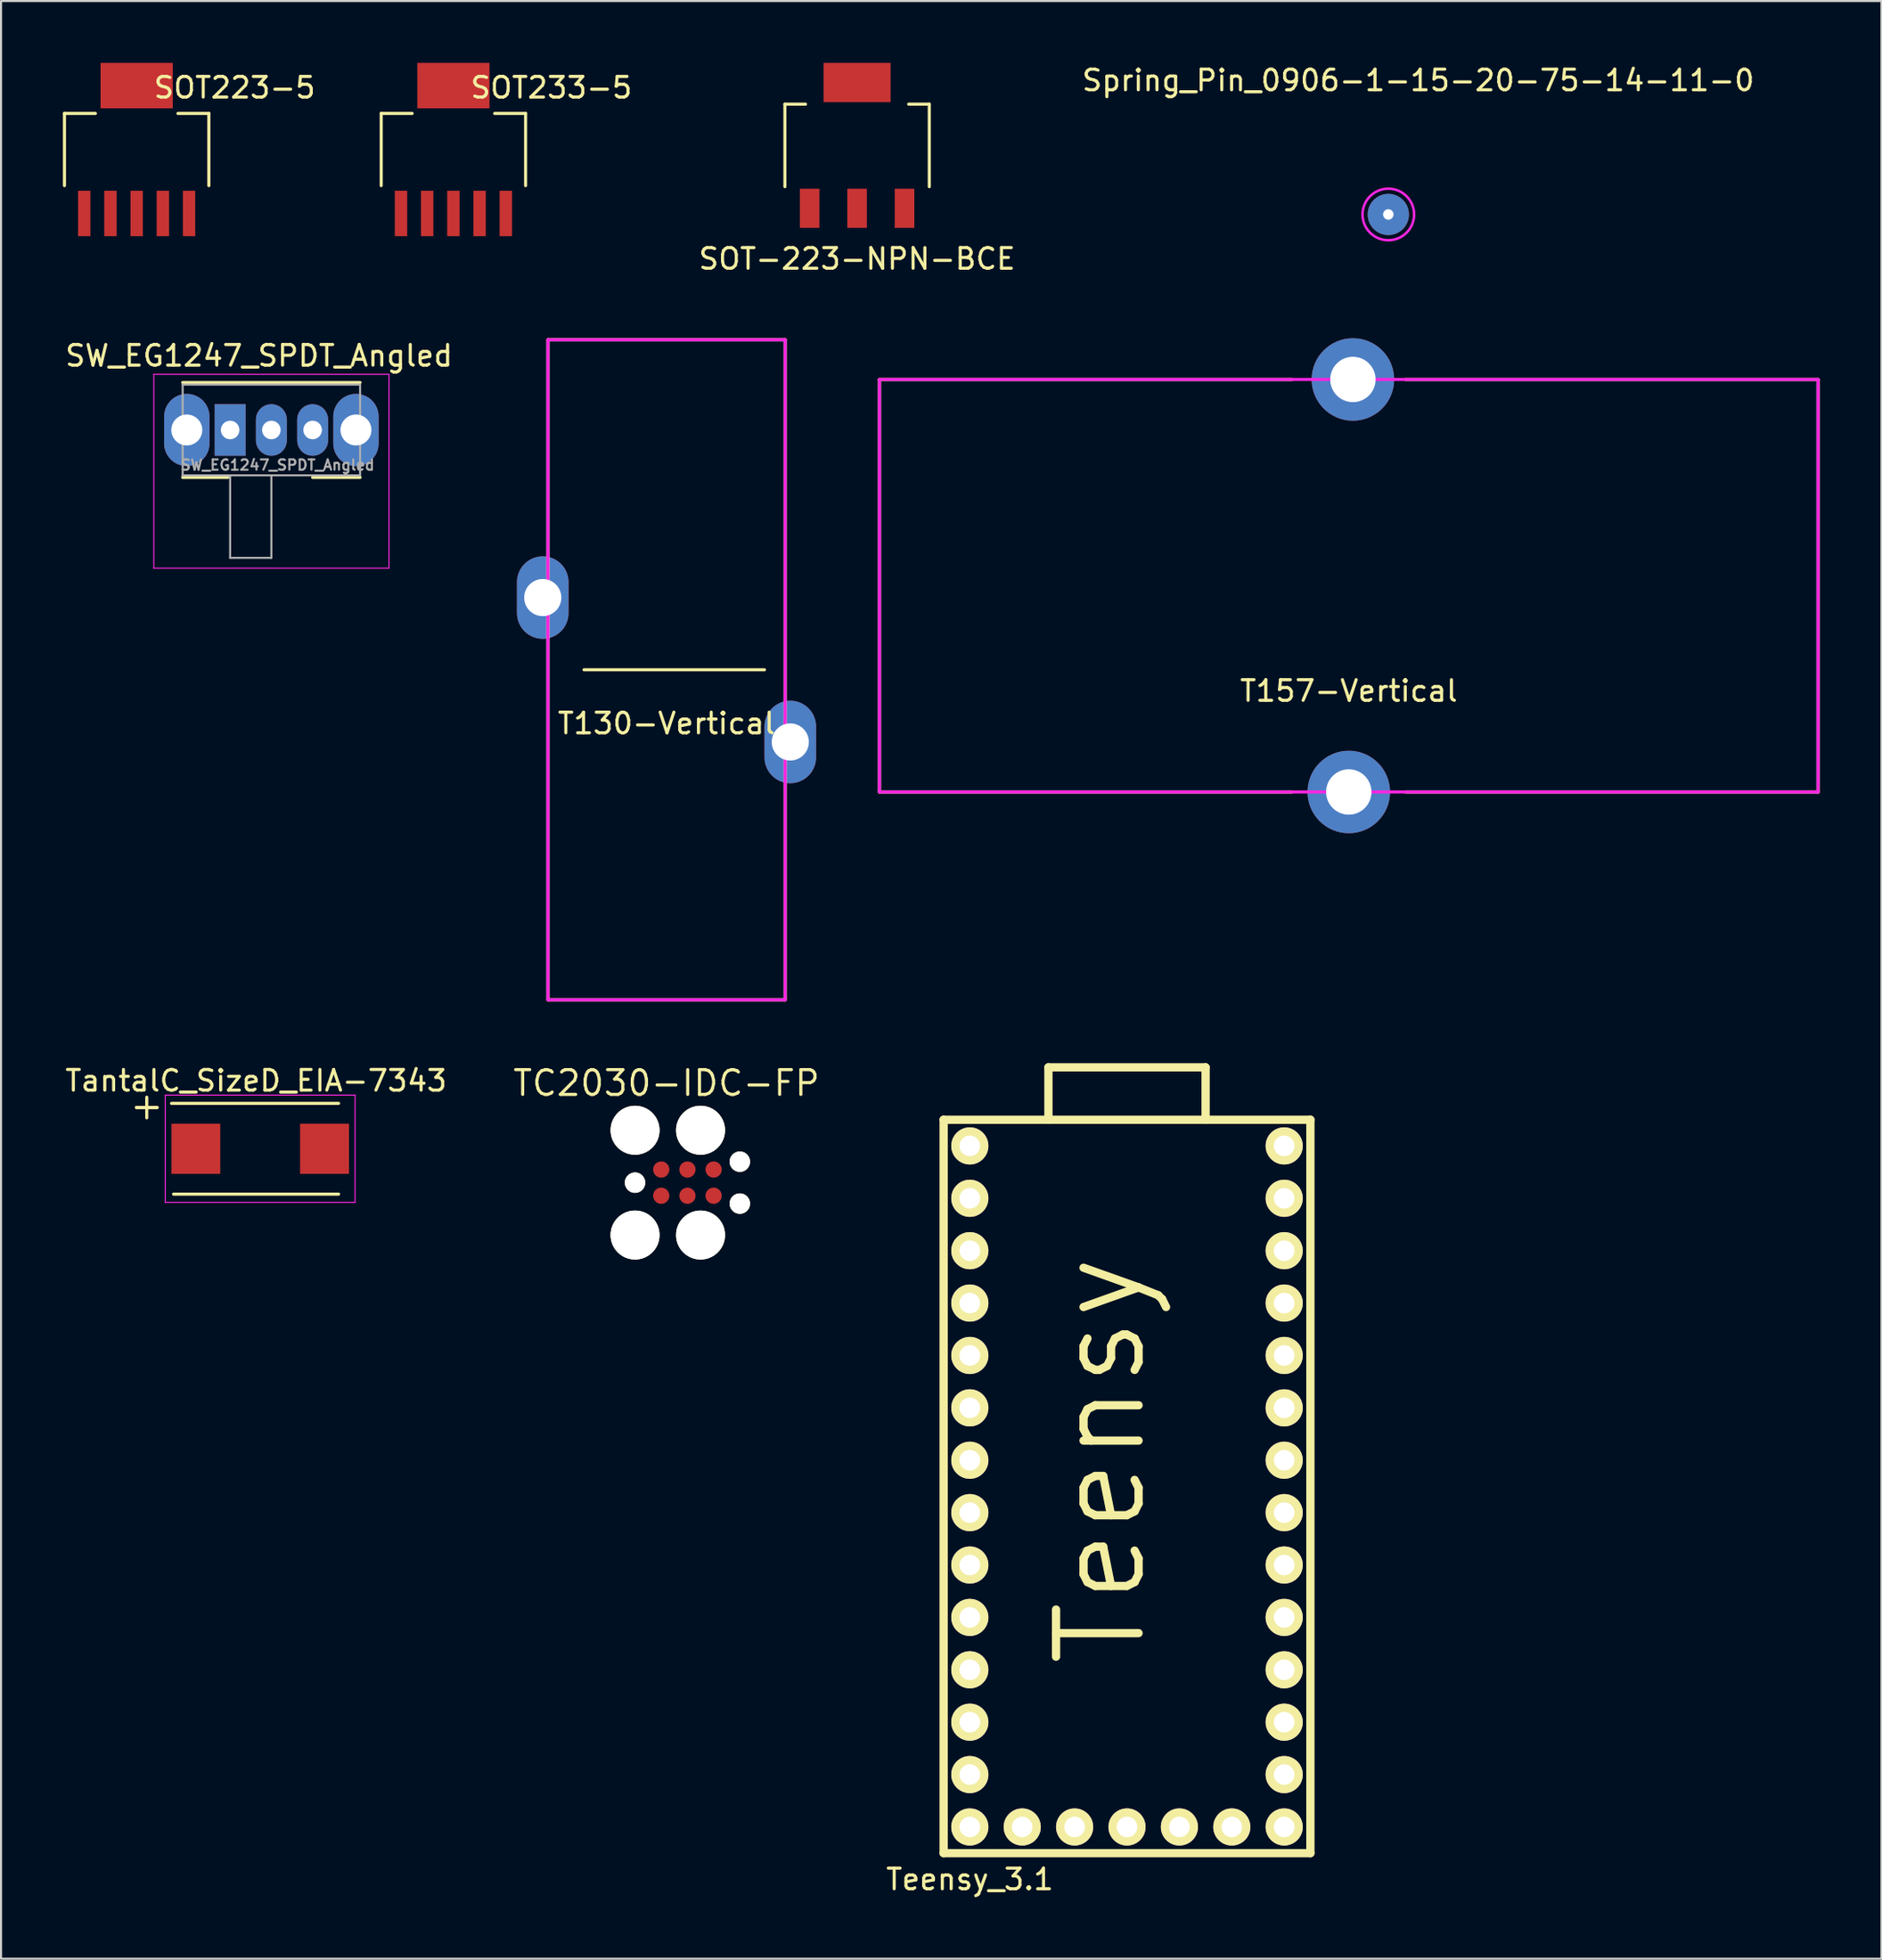
<source format=kicad_pcb>
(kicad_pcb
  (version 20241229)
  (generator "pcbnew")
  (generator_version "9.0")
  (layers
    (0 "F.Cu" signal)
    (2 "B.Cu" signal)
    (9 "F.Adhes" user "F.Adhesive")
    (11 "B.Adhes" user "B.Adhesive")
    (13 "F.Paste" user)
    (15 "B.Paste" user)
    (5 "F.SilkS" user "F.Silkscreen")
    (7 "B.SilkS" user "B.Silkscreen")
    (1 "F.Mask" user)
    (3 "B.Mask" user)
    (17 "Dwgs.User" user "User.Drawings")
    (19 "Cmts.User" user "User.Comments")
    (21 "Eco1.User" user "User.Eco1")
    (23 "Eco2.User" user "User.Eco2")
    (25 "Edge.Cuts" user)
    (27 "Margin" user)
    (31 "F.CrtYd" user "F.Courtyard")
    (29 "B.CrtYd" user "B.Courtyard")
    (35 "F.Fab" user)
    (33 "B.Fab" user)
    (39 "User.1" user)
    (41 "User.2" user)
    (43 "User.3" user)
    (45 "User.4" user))
  (footprint "SOT233-5"
    (layer "F.Cu")
    (at 18.93 4.2)
    (property "Reference" "SOT233-5" (at 4.75 -3 0) (layer "F.SilkS") (effects (font (size 1 1) (thickness 0.15))))
    (attr through_hole)
    (fp_line (start -3.5 -1.75) (end -3.5 1.75) (stroke (width 0.15) (type solid)) (layer "F.SilkS"))
    (fp_line (start -3.5 -1.75) (end -2 -1.75) (stroke (width 0.15) (type solid)) (layer "F.SilkS"))
    (fp_line (start 2 -1.75) (end 3.5 -1.75) (stroke (width 0.15) (type solid)) (layer "F.SilkS"))
    (fp_line (start 3.5 -1.75) (end 3.5 1.75) (stroke (width 0.15) (type solid)) (layer "F.SilkS"))
    (pad "1" smd rect (at -2.54 3.1 180) (size 0.6 2.2) (layers "F.Cu" "F.Mask" "F.Paste"))
    (pad "2" smd rect (at -1.27 3.1 180) (size 0.6 2.2) (layers "F.Cu" "F.Mask" "F.Paste"))
    (pad "3" smd rect (at 0 3.1 180) (size 0.6 2.2) (layers "F.Cu" "F.Mask" "F.Paste"))
    (pad "4" smd rect (at 1.27 3.1 180) (size 0.6 2.2) (layers "F.Cu" "F.Mask" "F.Paste"))
    (pad "5" smd rect (at 2.54 3.1 180) (size 0.6 2.2) (layers "F.Cu" "F.Mask" "F.Paste"))
    (pad "6" smd rect (at 0 -3.1 180) (size 3.5 2.2) (layers "F.Cu" "F.Mask" "F.Paste")))
  (footprint "SW_EG1247_SPDT_Angled"
    (layer "F.Cu")
    (at 8.106 17.797)
    (property "Reference" "SW_EG1247_SPDT_Angled" (at 1.4 -3.6 0) (layer "F.SilkS") (effects (font (size 1 1) (thickness 0.15))))
    (attr through_hole)
    (fp_line (start -2.3 -2.3) (end 6.3 -2.3) (stroke (width 0.15) (type solid)) (layer "F.SilkS"))
    (fp_line (start -2.3 2.3) (end -0.1 2.3) (stroke (width 0.15) (type solid)) (layer "F.SilkS"))
    (fp_line (start 4 2.3) (end 6.3 2.3) (stroke (width 0.15) (type solid)) (layer "F.SilkS"))
    (fp_line (start -3.7 -2.7) (end 7.7 -2.7) (stroke (width 0.05) (type solid)) (layer "F.CrtYd"))
    (fp_line (start -3.7 6.7) (end -3.7 -2.7) (stroke (width 0.05) (type solid)) (layer "F.CrtYd"))
    (fp_line (start 7.7 -2.7) (end 7.7 6.7) (stroke (width 0.05) (type solid)) (layer "F.CrtYd"))
    (fp_line (start 7.7 6.7) (end -3.7 6.7) (stroke (width 0.05) (type solid)) (layer "F.CrtYd"))
    (fp_line (start -2.3 -2.2) (end -2.3 2.2) (stroke (width 0.1) (type solid)) (layer "F.Fab"))
    (fp_line (start -2.3 -2.2) (end 6.3 -2.2) (stroke (width 0.1) (type solid)) (layer "F.Fab"))
    (fp_line (start -2.3 2.2) (end 6.3 2.2) (stroke (width 0.1) (type solid)) (layer "F.Fab"))
    (fp_line (start 0 6.2) (end 0 2.2) (stroke (width 0.1) (type solid)) (layer "F.Fab"))
    (fp_line (start 2 2.2) (end 2 6.2) (stroke (width 0.1) (type solid)) (layer "F.Fab"))
    (fp_line (start 2 6.2) (end 0 6.2) (stroke (width 0.1) (type solid)) (layer "F.Fab"))
    (fp_line (start 6.3 2.2) (end 6.3 -2.2) (stroke (width 0.1) (type solid)) (layer "F.Fab"))
    (fp_text user "${REFERENCE}" (at 2.3 1.7 0) (layer "F.Fab") (effects (font (size 0.5 0.5) (thickness 0.1))))
    (pad "1" thru_hole rect (at 0 0) (size 1.5 2.5) (drill 0.9) (layers "*.Cu" "*.Mask"))
    (pad "2" thru_hole oval (at 2 0) (size 1.5 2.5) (drill 0.9) (layers "*.Cu" "*.Mask"))
    (pad "3" thru_hole oval (at 4 0) (size 1.5 2.5) (drill 0.9) (layers "*.Cu" "*.Mask"))
    (pad "MP" thru_hole oval (at -2.1 0) (size 2.2 3.5) (drill 1.5) (layers "*.Cu" "*.Mask"))
    (pad "MP" thru_hole oval (at 6.1 0) (size 2.2 3.5) (drill 1.5) (layers "*.Cu" "*.Mask")))
  (footprint "Teensy_3.1"
    (layer "F.Cu")
    (at 51.586 69.018)
    (property "Reference" "Teensy_3.1" (at -7.62 19.05 0) (layer "F.SilkS") (effects (font (size 1 1) (thickness 0.15))))
    (attr through_hole)
    (fp_line (start -8.89 -17.78) (end -8.89 17.78) (stroke (width 0.4) (type solid)) (layer "F.SilkS"))
    (fp_line (start -8.89 17.78) (end 8.89 17.78) (stroke (width 0.4) (type solid)) (layer "F.SilkS"))
    (fp_line (start -3.81 -20.32) (end -3.81 -17.78) (stroke (width 0.4) (type solid)) (layer "F.SilkS"))
    (fp_line (start -3.81 -17.78) (end -8.89 -17.78) (stroke (width 0.4) (type solid)) (layer "F.SilkS"))
    (fp_line (start -3.81 -17.78) (end 3.81 -17.78) (stroke (width 0.4) (type solid)) (layer "F.SilkS"))
    (fp_line (start 3.81 -20.32) (end -3.81 -20.32) (stroke (width 0.4) (type solid)) (layer "F.SilkS"))
    (fp_line (start 3.81 -17.78) (end 3.81 -20.32) (stroke (width 0.4) (type solid)) (layer "F.SilkS"))
    (fp_line (start 8.89 -17.78) (end 3.81 -17.78) (stroke (width 0.4) (type solid)) (layer "F.SilkS"))
    (fp_line (start 8.89 17.78) (end 8.89 -17.78) (stroke (width 0.4) (type solid)) (layer "F.SilkS"))
    (fp_text user "Teensy" (at -1.27 -1.27 90) (layer "F.SilkS") (effects (font (size 4 4) (thickness 0.4))))
    (pad "1" thru_hole circle (at -7.62 -16.51) (size 1.8 1.8) (drill 1) (layers "*.Cu" "*.Mask" "F.SilkS"))
    (pad "2" thru_hole circle (at -7.62 -13.97) (size 1.8 1.8) (drill 1) (layers "*.Cu" "*.Mask" "F.SilkS"))
    (pad "3" thru_hole circle (at -7.62 -11.43) (size 1.8 1.8) (drill 1) (layers "*.Cu" "*.Mask" "F.SilkS"))
    (pad "4" thru_hole circle (at -7.62 -8.89) (size 1.8 1.8) (drill 1) (layers "*.Cu" "*.Mask" "F.SilkS"))
    (pad "5" thru_hole circle (at -7.62 -6.35) (size 1.8 1.8) (drill 1) (layers "*.Cu" "*.Mask" "F.SilkS"))
    (pad "6" thru_hole circle (at -7.62 -3.81) (size 1.8 1.8) (drill 1) (layers "*.Cu" "*.Mask" "F.SilkS"))
    (pad "7" thru_hole circle (at -7.62 -1.27) (size 1.8 1.8) (drill 1) (layers "*.Cu" "*.Mask" "F.SilkS"))
    (pad "8" thru_hole circle (at -7.62 1.27) (size 1.8 1.8) (drill 1) (layers "*.Cu" "*.Mask" "F.SilkS"))
    (pad "9" thru_hole circle (at -7.62 3.81) (size 1.8 1.8) (drill 1) (layers "*.Cu" "*.Mask" "F.SilkS"))
    (pad "10" thru_hole circle (at -7.62 6.35) (size 1.8 1.8) (drill 1) (layers "*.Cu" "*.Mask" "F.SilkS"))
    (pad "11" thru_hole circle (at -7.62 8.89) (size 1.8 1.8) (drill 1) (layers "*.Cu" "*.Mask" "F.SilkS"))
    (pad "12" thru_hole circle (at -7.62 11.43) (size 1.8 1.8) (drill 1) (layers "*.Cu" "*.Mask" "F.SilkS"))
    (pad "13" thru_hole circle (at -7.62 13.97) (size 1.8 1.8) (drill 1) (layers "*.Cu" "*.Mask" "F.SilkS"))
    (pad "14" thru_hole circle (at -7.62 16.51) (size 1.8 1.8) (drill 1) (layers "*.Cu" "*.Mask" "F.SilkS"))
    (pad "15" thru_hole circle (at -5.08 16.51) (size 1.8 1.8) (drill 1) (layers "*.Cu" "*.Mask" "F.SilkS"))
    (pad "16" thru_hole circle (at -2.54 16.51) (size 1.8 1.8) (drill 1) (layers "*.Cu" "*.Mask" "F.SilkS"))
    (pad "17" thru_hole circle (at 0 16.51) (size 1.8 1.8) (drill 1) (layers "*.Cu" "*.Mask" "F.SilkS"))
    (pad "18" thru_hole circle (at 2.54 16.51) (size 1.8 1.8) (drill 1) (layers "*.Cu" "*.Mask" "F.SilkS"))
    (pad "19" thru_hole circle (at 5.08 16.51) (size 1.8 1.8) (drill 1) (layers "*.Cu" "*.Mask" "F.SilkS"))
    (pad "20" thru_hole circle (at 7.62 16.51) (size 1.8 1.8) (drill 1) (layers "*.Cu" "*.Mask" "F.SilkS"))
    (pad "21" thru_hole circle (at 7.62 13.97) (size 1.8 1.8) (drill 1) (layers "*.Cu" "*.Mask" "F.SilkS"))
    (pad "22" thru_hole circle (at 7.62 11.43) (size 1.8 1.8) (drill 1) (layers "*.Cu" "*.Mask" "F.SilkS"))
    (pad "23" thru_hole circle (at 7.62 8.89) (size 1.8 1.8) (drill 1) (layers "*.Cu" "*.Mask" "F.SilkS"))
    (pad "24" thru_hole circle (at 7.62 6.35) (size 1.8 1.8) (drill 1) (layers "*.Cu" "*.Mask" "F.SilkS"))
    (pad "25" thru_hole circle (at 7.62 3.81) (size 1.8 1.8) (drill 1) (layers "*.Cu" "*.Mask" "F.SilkS"))
    (pad "26" thru_hole circle (at 7.62 1.27) (size 1.8 1.8) (drill 1) (layers "*.Cu" "*.Mask" "F.SilkS"))
    (pad "27" thru_hole circle (at 7.62 -1.27) (size 1.8 1.8) (drill 1) (layers "*.Cu" "*.Mask" "F.SilkS"))
    (pad "28" thru_hole circle (at 7.62 -3.81) (size 1.8 1.8) (drill 1) (layers "*.Cu" "*.Mask" "F.SilkS"))
    (pad "29" thru_hole circle (at 7.62 -6.35) (size 1.8 1.8) (drill 1) (layers "*.Cu" "*.Mask" "F.SilkS"))
    (pad "30" thru_hole circle (at 7.62 -8.89) (size 1.8 1.8) (drill 1) (layers "*.Cu" "*.Mask" "F.SilkS"))
    (pad "31" thru_hole circle (at 7.62 -11.43) (size 1.8 1.8) (drill 1) (layers "*.Cu" "*.Mask" "F.SilkS"))
    (pad "32" thru_hole circle (at 7.62 -13.97) (size 1.8 1.8) (drill 1) (layers "*.Cu" "*.Mask" "F.SilkS"))
    (pad "33" thru_hole circle (at 7.62 -16.51) (size 1.8 1.8) (drill 1) (layers "*.Cu" "*.Mask" "F.SilkS")))
  (footprint "TC2030-IDC-FP"
    (layer "F.Cu")
    (at 30.276 54.289)
    (property "Reference" "TC2030-IDC-FP" (at -1.016 -4.826 0) (layer "F.SilkS") (effects (font (size 1.2 1.2) (thickness 0.15))))
    (attr through_hole)
    (pad "" np_thru_hole circle (at -2.54 -2.54 180) (size 2.375 2.375) (drill 2.375) (layers "*.Cu" "*.Mask" "F.SilkS"))
    (pad "" np_thru_hole circle (at -2.54 0 180) (size 0.991 0.991) (drill 0.991) (layers "*.Cu" "*.Mask" "F.SilkS"))
    (pad "" np_thru_hole circle (at -2.54 2.54 180) (size 2.375 2.375) (drill 2.375) (layers "*.Cu" "*.Mask" "F.SilkS"))
    (pad "" np_thru_hole circle (at 0.635 -2.54 180) (size 2.375 2.375) (drill 2.375) (layers "*.Cu" "*.Mask" "F.SilkS"))
    (pad "" np_thru_hole circle (at 0.635 2.54 180) (size 2.375 2.375) (drill 2.375) (layers "*.Cu" "*.Mask" "F.SilkS"))
    (pad "" np_thru_hole circle (at 2.54 -1.016) (size 0.991 0.991) (drill 0.991) (layers "*.Cu" "*.Mask" "F.SilkS"))
    (pad "" np_thru_hole circle (at 2.54 1.016 180) (size 0.991 0.991) (drill 0.991) (layers "*.Cu" "*.Mask" "F.SilkS"))
    (pad "1" smd oval (at -1.27 0.635 270) (size 0.787 0.787) (layers "F.Cu" "F.Mask" "F.Paste"))
    (pad "2" smd oval (at -1.27 -0.635 90) (size 0.787 0.787) (layers "F.Cu" "F.Mask" "F.Paste"))
    (pad "3" smd oval (at 0 0.635 270) (size 0.787 0.787) (layers "F.Cu" "F.Mask" "F.Paste"))
    (pad "4" smd oval (at 0 -0.635 90) (size 0.787 0.787) (layers "F.Cu" "F.Mask" "F.Paste"))
    (pad "5" smd oval (at 1.27 0.635 270) (size 0.787 0.787) (layers "F.Cu" "F.Mask" "F.Paste"))
    (pad "6" smd oval (at 1.27 -0.635 90) (size 0.787 0.787) (layers "F.Cu" "F.Mask" "F.Paste")))
  (footprint "T157-Vertical"
    (layer "F.Cu")
    (at 62.337 25.348)
    (property "Reference" "T157-Vertical" (at 0 5.1 0) (layer "F.SilkS") (effects (font (size 1 1) (thickness 0.15))))
    (attr through_hole)
    (fp_line (start -22.75 -10) (end -22.75 10) (stroke (width 0.15) (type solid)) (layer "F.SilkS"))
    (fp_line (start -22.75 10) (end -2.75 10) (stroke (width 0.15) (type solid)) (layer "F.SilkS"))
    (fp_line (start -2.75 -10) (end -22.75 -10) (stroke (width 0.15) (type solid)) (layer "F.SilkS"))
    (fp_line (start 2.75 10) (end 22.75 10) (stroke (width 0.15) (type solid)) (layer "F.SilkS"))
    (fp_line (start 22.75 -10) (end 2.75 -10) (stroke (width 0.15) (type solid)) (layer "F.SilkS"))
    (fp_line (start 22.75 10) (end 22.75 -10) (stroke (width 0.15) (type solid)) (layer "F.SilkS"))
    (fp_line (start -22.75 -10) (end 22.75 -10) (stroke (width 0.15) (type solid)) (layer "F.CrtYd"))
    (fp_line (start -22.75 10) (end -22.75 -10) (stroke (width 0.15) (type solid)) (layer "F.CrtYd"))
    (fp_line (start 22.75 -10) (end 22.75 10) (stroke (width 0.15) (type solid)) (layer "F.CrtYd"))
    (fp_line (start 22.75 10) (end -22.75 10) (stroke (width 0.15) (type solid)) (layer "F.CrtYd"))
    (pad "1" thru_hole circle (at 0.2 -10) (size 4 4) (drill 2.2) (layers "*.Cu" "*.Mask"))
    (pad "2" thru_hole circle (at 0 10) (size 4 4) (drill 2.2) (layers "*.Cu" "*.Mask")))
  (footprint "SOT223-5"
    (layer "F.Cu")
    (at 3.575 4.2)
    (property "Reference" "SOT223-5" (at 4.75 -3 0) (layer "F.SilkS") (effects (font (size 1 1) (thickness 0.15))))
    (attr through_hole)
    (fp_line (start -3.5 -1.75) (end -3.5 1.75) (stroke (width 0.15) (type solid)) (layer "F.SilkS"))
    (fp_line (start -3.5 -1.75) (end -2 -1.75) (stroke (width 0.15) (type solid)) (layer "F.SilkS"))
    (fp_line (start 2 -1.75) (end 3.5 -1.75) (stroke (width 0.15) (type solid)) (layer "F.SilkS"))
    (fp_line (start 3.5 -1.75) (end 3.5 1.75) (stroke (width 0.15) (type solid)) (layer "F.SilkS"))
    (pad "1" smd rect (at -2.54 3.1 180) (size 0.6 2.2) (layers "F.Cu" "F.Mask" "F.Paste"))
    (pad "2" smd rect (at -1.27 3.1 180) (size 0.6 2.2) (layers "F.Cu" "F.Mask" "F.Paste"))
    (pad "3" smd rect (at 0 3.1 180) (size 0.6 2.2) (layers "F.Cu" "F.Mask" "F.Paste"))
    (pad "4" smd rect (at 1.27 3.1 180) (size 0.6 2.2) (layers "F.Cu" "F.Mask" "F.Paste"))
    (pad "5" smd rect (at 2.54 3.1 180) (size 0.6 2.2) (layers "F.Cu" "F.Mask" "F.Paste"))
    (pad "6" smd rect (at 0 -3.1 180) (size 3.5 2.2) (layers "F.Cu" "F.Mask" "F.Paste")))
  (footprint "Spring_Pin_0906-1-15-20-75-14-11-0"
    (layer "F.Cu")
    (at 64.254 7.348)
    (property "Reference" "Spring_Pin_0906-1-15-20-75-14-11-0" (at 1.45 -6.5 0) (unlocked yes) (layer "F.SilkS") (effects (font (size 1 1) (thickness 0.15))))
    (attr through_hole)
    (fp_circle (center 0 0) (end 1.25 0) (stroke (width 0.12) (type solid)) (fill no) (layer "F.CrtYd"))
    (pad "" smd circle (at 0 0) (size 1.8 1.8) (layers "F.Paste"))
    (pad "1" thru_hole circle (at 0 0) (size 2 2) (drill 0.508) (layers "*.Cu" "*.Mask")))
  (footprint "SOT-223-NPN-BCE"
    (layer "F.Cu")
    (at 38.501 4)
    (property "Reference" "SOT-223-NPN-BCE" (at 0 5.5 0) (layer "F.SilkS") (effects (font (size 1 1) (thickness 0.15))))
    (attr through_hole)
    (fp_line (start -3.5 -2) (end -3.5 2) (stroke (width 0.15) (type solid)) (layer "F.SilkS"))
    (fp_line (start -3.5 -2) (end -2.5 -2) (stroke (width 0.15) (type solid)) (layer "F.SilkS"))
    (fp_line (start 3.5 -2) (end 2.5 -2) (stroke (width 0.15) (type solid)) (layer "F.SilkS"))
    (fp_line (start 3.5 -2) (end 3.5 2) (stroke (width 0.15) (type solid)) (layer "F.SilkS"))
    (pad "1" smd rect (at 2.3 3.05) (size 0.95 1.9) (layers "F.Cu" "F.Mask" "F.Paste"))
    (pad "2" smd rect (at -2.3 3.05) (size 0.95 1.9) (layers "F.Cu" "F.Mask" "F.Paste"))
    (pad "3" smd rect (at 0 -3.05) (size 3.25 1.9) (layers "F.Cu" "F.Mask" "F.Paste"))
    (pad "3" smd rect (at 0 3.05) (size 0.95 1.9) (layers "F.Cu" "F.Mask" "F.Paste")))
  (footprint "TantalC_SizeD_EIA-7343"
    (layer "F.Cu")
    (at 9.564 52.646)
    (property "Reference" "TantalC_SizeD_EIA-7343" (at -0.201 -3.299 0) (layer "F.SilkS") (effects (font (size 1 1) (thickness 0.15))))
    (attr smd)
    (fp_line (start -6 -2) (end -5 -2) (stroke (width 0.15) (type solid)) (layer "F.SilkS"))
    (fp_line (start -5.5 -2.5) (end -5.5 -1.5) (stroke (width 0.15) (type solid)) (layer "F.SilkS"))
    (fp_line (start -5 -2) (end -6 -2) (stroke (width 0.15) (type solid)) (layer "F.SilkS"))
    (fp_line (start -4.2 2.2) (end 3.8 2.2) (stroke (width 0.15) (type solid)) (layer "F.SilkS"))
    (fp_line (start 3.8 -2.2) (end -4.3 -2.2) (stroke (width 0.15) (type solid)) (layer "F.SilkS"))
    (fp_line (start -4.6 -2.6) (end -4.6 2.6) (stroke (width 0.05) (type solid)) (layer "F.CrtYd"))
    (fp_line (start -4.6 2.6) (end 4.6 2.6) (stroke (width 0.05) (type solid)) (layer "F.CrtYd"))
    (fp_line (start 4.6 -2.6) (end -4.6 -2.6) (stroke (width 0.05) (type solid)) (layer "F.CrtYd"))
    (fp_line (start 4.6 2.6) (end 4.6 -2.6) (stroke (width 0.05) (type solid)) (layer "F.CrtYd"))
    (pad "1" smd rect (at -3.12 0) (size 2.37 2.43) (layers "F.Cu" "F.Mask" "F.Paste"))
    (pad "2" smd rect (at 3.12 0) (size 2.37 2.43) (layers "F.Cu" "F.Mask" "F.Paste")))
  (footprint "T130-Vertical"
    (layer "F.Cu")
    (at 29.262 29.423)
    (property "Reference" "T130-Vertical" (at 0 2.6 0) (layer "F.SilkS") (effects (font (size 1 1) (thickness 0.15))))
    (attr through_hole)
    (fp_line (start -5.75 -16) (end -5.75 16) (stroke (width 0.15) (type solid)) (layer "F.SilkS"))
    (fp_line (start -5.75 16) (end 5.75 16) (stroke (width 0.15) (type solid)) (layer "F.SilkS"))
    (fp_line (start -4 0) (end 4.75 0) (stroke (width 0.15) (type solid)) (layer "F.SilkS"))
    (fp_line (start 5.75 -16) (end -5.75 -16) (stroke (width 0.15) (type solid)) (layer "F.SilkS"))
    (fp_line (start 5.75 16) (end 5.75 -16) (stroke (width 0.15) (type solid)) (layer "F.SilkS"))
    (fp_line (start -5.75 -16) (end -5.75 16) (stroke (width 0.15) (type solid)) (layer "F.CrtYd"))
    (fp_line (start -5.75 16) (end 5.75 16) (stroke (width 0.15) (type solid)) (layer "F.CrtYd"))
    (fp_line (start 5.75 -16) (end -5.75 -16) (stroke (width 0.15) (type solid)) (layer "F.CrtYd"))
    (fp_line (start 5.75 16) (end 5.75 -16) (stroke (width 0.15) (type solid)) (layer "F.CrtYd"))
    (pad "1" thru_hole oval (at -6 -3.5 90) (size 4 2.5) (drill 1.8) (layers "*.Cu" "*.Mask"))
    (pad "2" thru_hole oval (at 6 3.5 90) (size 4 2.5) (drill 1.8) (layers "*.Cu" "*.Mask")))
  (gr_rect
    (start -3 -3)
    (end 88.162 91.916)
    (stroke (width 0.1) (type default))
    (fill no)
    (layer "Edge.Cuts")))
</source>
